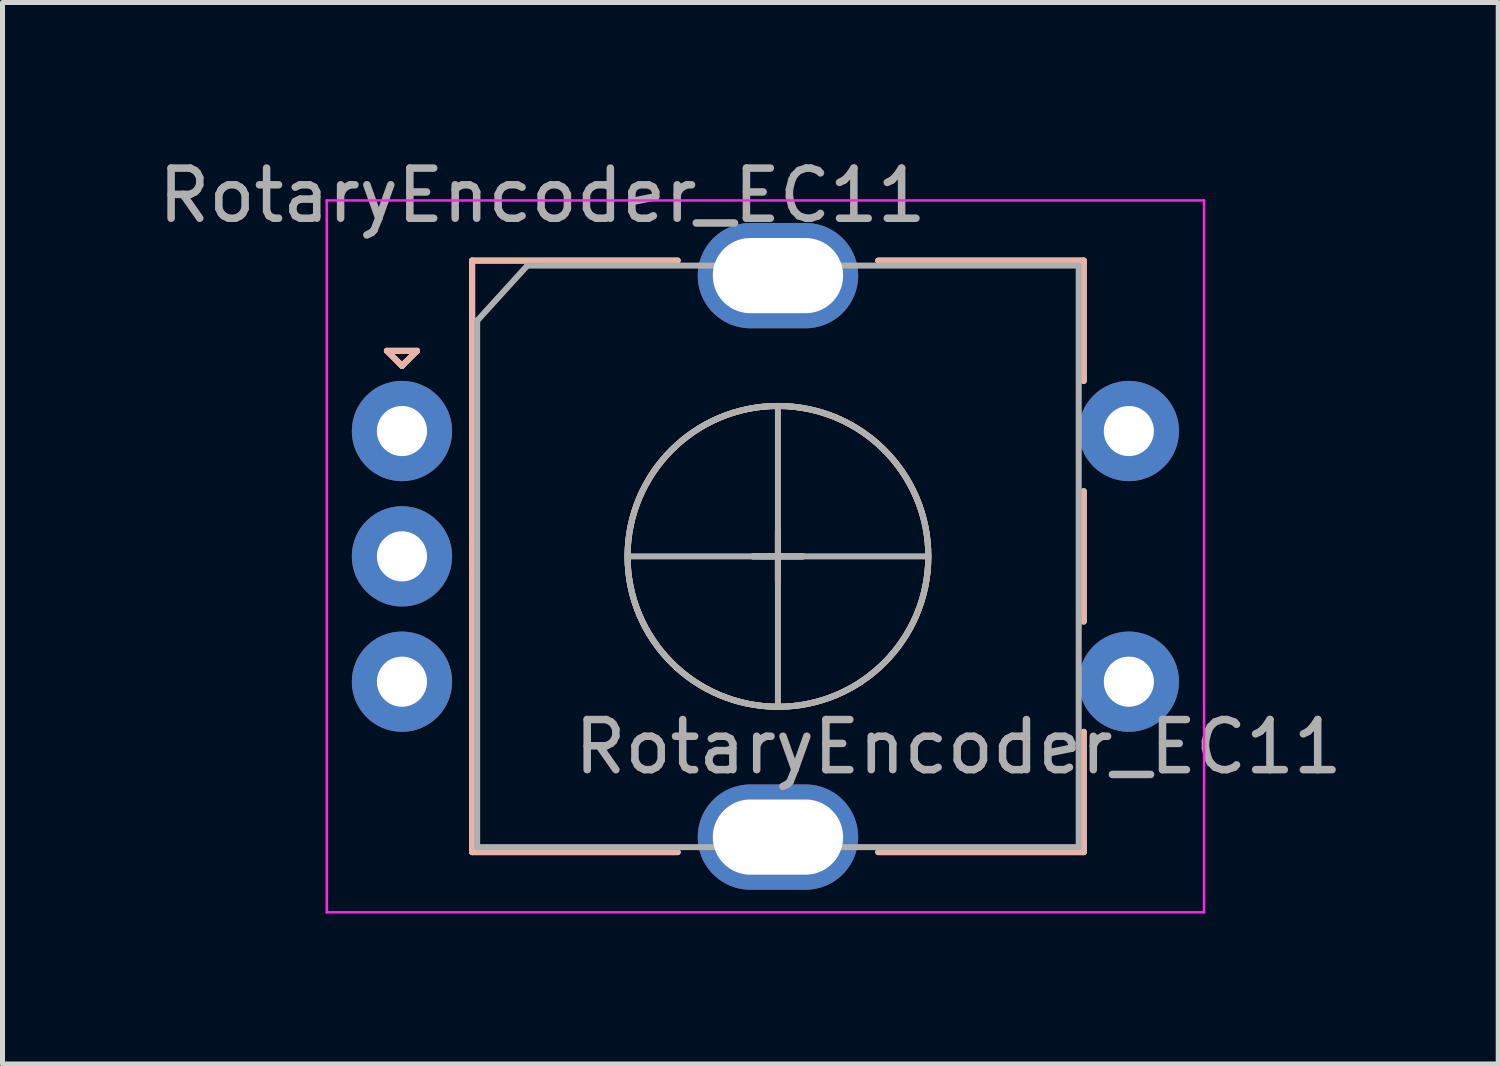
<source format=kicad_pcb>
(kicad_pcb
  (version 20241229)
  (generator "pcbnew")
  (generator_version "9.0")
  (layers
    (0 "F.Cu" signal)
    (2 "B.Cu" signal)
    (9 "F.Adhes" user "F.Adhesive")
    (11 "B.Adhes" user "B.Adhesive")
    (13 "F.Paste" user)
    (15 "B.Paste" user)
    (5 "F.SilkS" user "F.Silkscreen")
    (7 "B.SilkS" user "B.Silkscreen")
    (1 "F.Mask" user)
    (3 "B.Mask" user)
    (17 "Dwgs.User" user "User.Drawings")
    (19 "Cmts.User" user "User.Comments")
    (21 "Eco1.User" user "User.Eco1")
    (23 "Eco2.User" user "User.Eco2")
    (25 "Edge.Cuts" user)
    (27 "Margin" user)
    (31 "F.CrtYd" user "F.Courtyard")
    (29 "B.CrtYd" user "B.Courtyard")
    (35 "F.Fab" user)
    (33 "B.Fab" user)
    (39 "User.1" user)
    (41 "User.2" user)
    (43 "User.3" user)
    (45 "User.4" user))
  (footprint "RotaryEncoder_EC11"
    (layer "F.Cu")
    (at 12.468 8.048)
    (property "Reference" "RotaryEncoder_EC11" (at -4.7 -7.2 0) (layer "F.Fab") (effects (font (size 1 1) (thickness 0.15))))
    (attr through_hole)
    (fp_line (start -7.8 -4.1) (end -7.2 -4.1) (stroke (width 0.12) (type solid)) (layer "F.SilkS"))
    (fp_line (start -7.5 -3.8) (end -7.8 -4.1) (stroke (width 0.12) (type solid)) (layer "F.SilkS"))
    (fp_line (start -7.2 -4.1) (end -7.5 -3.8) (stroke (width 0.12) (type solid)) (layer "F.SilkS"))
    (fp_line (start -6.1 -5.9) (end -6.1 5.9) (stroke (width 0.12) (type solid)) (layer "F.SilkS"))
    (fp_line (start -2 -5.9) (end -6.1 -5.9) (stroke (width 0.12) (type solid)) (layer "F.SilkS"))
    (fp_line (start -2 5.9) (end -6.1 5.9) (stroke (width 0.12) (type solid)) (layer "F.SilkS"))
    (fp_line (start -0.5 0) (end 0.5 0) (stroke (width 0.12) (type solid)) (layer "F.SilkS"))
    (fp_line (start 0 -0.5) (end 0 0.5) (stroke (width 0.12) (type solid)) (layer "F.SilkS"))
    (fp_line (start 2 -5.9) (end 6.1 -5.9) (stroke (width 0.12) (type solid)) (layer "F.SilkS"))
    (fp_line (start 6.1 -5.9) (end 6.1 -3.5) (stroke (width 0.12) (type solid)) (layer "F.SilkS"))
    (fp_line (start 6.1 -1.3) (end 6.1 1.3) (stroke (width 0.12) (type solid)) (layer "F.SilkS"))
    (fp_line (start 6.1 3.5) (end 6.1 5.9) (stroke (width 0.12) (type solid)) (layer "F.SilkS"))
    (fp_line (start 6.1 5.9) (end 2 5.9) (stroke (width 0.12) (type solid)) (layer "F.SilkS"))
    (fp_circle (center 0 0) (end 3 0) (stroke (width 0.12) (type solid)) (fill no) (layer "F.SilkS"))
    (fp_line (start -7.8 -4.1) (end -7.5 -3.8) (stroke (width 0.12) (type solid)) (layer "B.SilkS"))
    (fp_line (start -7.5 -3.8) (end -7.2 -4.1) (stroke (width 0.12) (type solid)) (layer "B.SilkS"))
    (fp_line (start -7.2 -4.1) (end -7.8 -4.1) (stroke (width 0.12) (type solid)) (layer "B.SilkS"))
    (fp_line (start -6.1 5.9) (end -6.1 -5.9) (stroke (width 0.12) (type solid)) (layer "B.SilkS"))
    (fp_line (start -2 -5.9) (end -6.1 -5.9) (stroke (width 0.12) (type solid)) (layer "B.SilkS"))
    (fp_line (start -2 5.9) (end -6.1 5.9) (stroke (width 0.12) (type solid)) (layer "B.SilkS"))
    (fp_line (start 0 -0.5) (end 0 0.5) (stroke (width 0.12) (type solid)) (layer "B.SilkS"))
    (fp_line (start 0.5 0) (end -0.5 0) (stroke (width 0.12) (type solid)) (layer "B.SilkS"))
    (fp_line (start 2 5.9) (end 6.1 5.9) (stroke (width 0.12) (type solid)) (layer "B.SilkS"))
    (fp_line (start 6.1 -5.9) (end 2 -5.9) (stroke (width 0.12) (type solid)) (layer "B.SilkS"))
    (fp_line (start 6.1 -3.5) (end 6.1 -5.9) (stroke (width 0.12) (type solid)) (layer "B.SilkS"))
    (fp_line (start 6.1 1.3) (end 6.1 -1.3) (stroke (width 0.12) (type solid)) (layer "B.SilkS"))
    (fp_line (start 6.1 5.9) (end 6.1 3.5) (stroke (width 0.12) (type solid)) (layer "B.SilkS"))
    (fp_circle (center 0 0) (end -3 0) (stroke (width 0.12) (type solid)) (fill no) (layer "B.SilkS"))
    (fp_line (start -9 -7.1) (end -9 7.1) (stroke (width 0.05) (type solid)) (layer "F.CrtYd"))
    (fp_line (start -9 -7.1) (end 8.5 -7.1) (stroke (width 0.05) (type solid)) (layer "F.CrtYd"))
    (fp_line (start 8.5 7.1) (end -9 7.1) (stroke (width 0.05) (type solid)) (layer "F.CrtYd"))
    (fp_line (start 8.5 7.1) (end 8.5 -7.1) (stroke (width 0.05) (type solid)) (layer "F.CrtYd"))
    (fp_line (start -6 -4.7) (end -5 -5.8) (stroke (width 0.12) (type solid)) (layer "F.Fab"))
    (fp_line (start -6 5.8) (end -6 -4.7) (stroke (width 0.12) (type solid)) (layer "F.Fab"))
    (fp_line (start -5 -5.8) (end 6 -5.8) (stroke (width 0.12) (type solid)) (layer "F.Fab"))
    (fp_line (start -3 0) (end 3 0) (stroke (width 0.12) (type solid)) (layer "F.Fab"))
    (fp_line (start 0 -3) (end 0 3) (stroke (width 0.12) (type solid)) (layer "F.Fab"))
    (fp_line (start 6 -5.8) (end 6 5.8) (stroke (width 0.12) (type solid)) (layer "F.Fab"))
    (fp_line (start 6 5.8) (end -6 5.8) (stroke (width 0.12) (type solid)) (layer "F.Fab"))
    (fp_circle (center 0 0) (end 3 0) (stroke (width 0.12) (type solid)) (fill no) (layer "F.Fab"))
    (fp_text user "${REFERENCE}" (at 3.6 3.8 0) (layer "F.Fab") (effects (font (size 1 1) (thickness 0.15))))
    (pad "A" thru_hole circle (at -7.5 -2.5) (size 2 2) (drill 1) (layers "*.Cu" "*.Mask"))
    (pad "B" thru_hole circle (at -7.5 2.5) (size 2 2) (drill 1) (layers "*.Cu" "*.Mask"))
    (pad "C" thru_hole circle (at -7.5 0) (size 2 2) (drill 1) (layers "*.Cu" "*.Mask"))
    (pad "C" thru_hole oval (at 0 -5.6) (size 3.2 2.1) (drill oval 2.6 1.5) (layers "*.Cu" "*.Mask"))
    (pad "C" thru_hole oval (at 0 5.6) (size 3.2 2.1) (drill oval 2.6 1.5) (layers "*.Cu" "*.Mask"))
    (pad "S1" thru_hole circle (at 7 -2.5) (size 2 2) (drill 1) (layers "*.Cu" "*.Mask"))
    (pad "S2" thru_hole circle (at 7 2.5) (size 2 2) (drill 1) (layers "*.Cu" "*.Mask")))
  (gr_rect
    (start -3 -3)
    (end 26.836 18.173)
    (stroke (width 0.1) (type default))
    (fill no)
    (layer "Edge.Cuts")))
</source>
